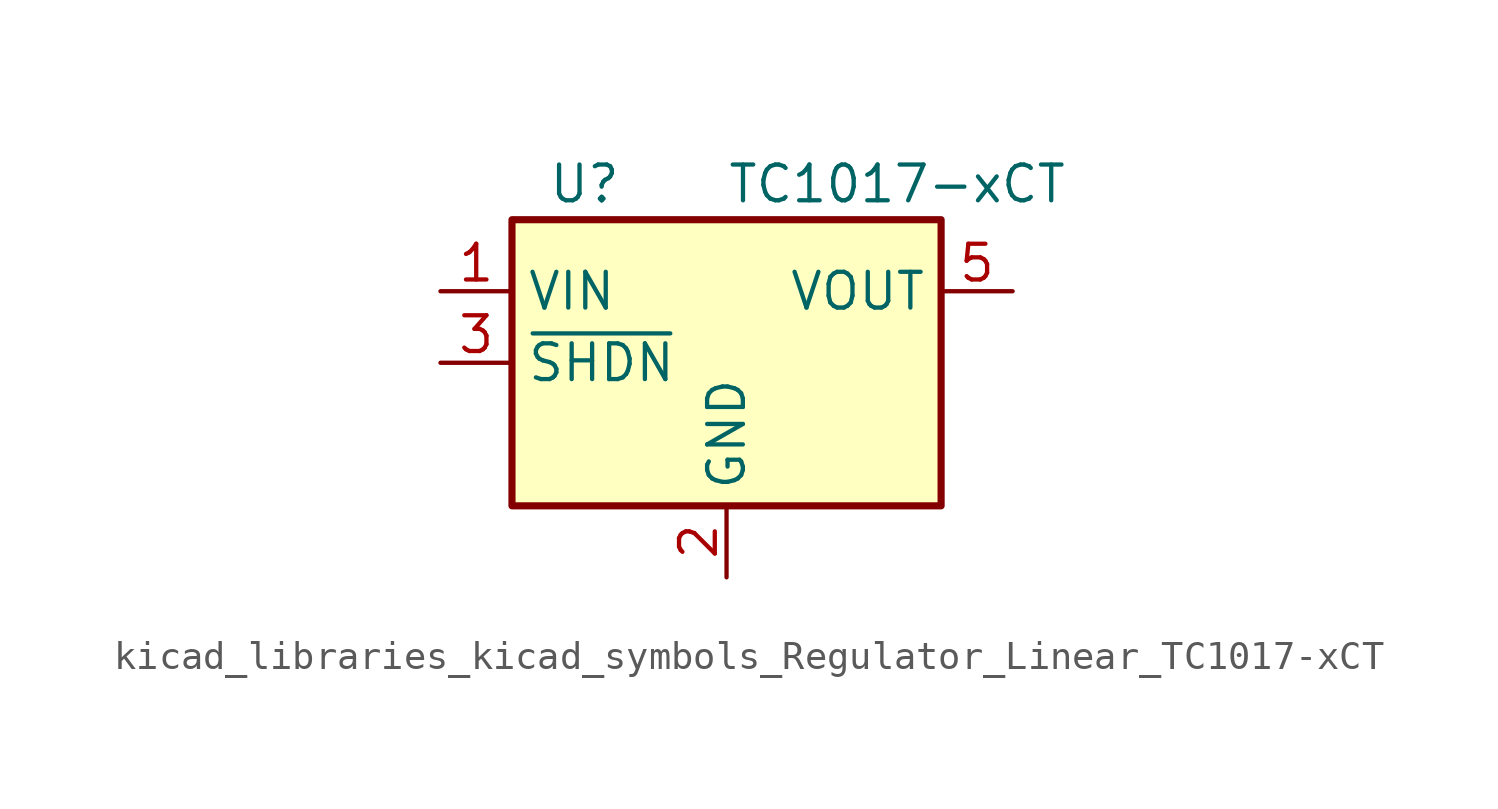
<source format=kicad_sym>
(kicad_symbol_lib
  (version 20220914)
  (generator kicad_symbol_editor)
  (symbol "kicad_libraries_kicad_symbols_Regulator_Linear_TC1017-xCT"
    (property "Reference" "U"
      (at -6.35 6.35 0)
      (effects (font (size 1.27 1.27)) (justify left)))
    (property "Value" "TC1017-xCT"
      (at 0 6.35 0)
      (effects (font (size 1.27 1.27)) (justify left)))
    (symbol "kicad_libraries_kicad_symbols_Regulator_Linear_TC1017-xCT_0_1"
      (rectangle (start -7.62 5.08) (end 7.62 -5.08) (stroke (width 0.254) (type default)) (fill (type background))))
    (symbol "kicad_libraries_kicad_symbols_Regulator_Linear_TC1017-xCT_1_1"
      (pin power_in line (at -10.16 2.54 0) (length 2.54) (name "VIN" (effects (font (size 1.27 1.27)))) (number "1" (effects (font (size 1.27 1.27)))))
      (pin power_in line (at 0 -7.62 90) (length 2.54) (name "GND" (effects (font (size 1.27 1.27)))) (number "2" (effects (font (size 1.27 1.27)))))
      (pin input line (at -10.16 0 0) (length 2.54) (name "~{SHDN}" (effects (font (size 1.27 1.27)))) (number "3" (effects (font (size 1.27 1.27)))))
      (pin no_connect line (at 7.62 0 180) (length 2.54) hide (name "NC" (effects (font (size 1.27 1.27)))) (number "4" (effects (font (size 1.27 1.27)))))
      (pin power_out line (at 10.16 2.54 180) (length 2.54) (name "VOUT" (effects (font (size 1.27 1.27)))) (number "5" (effects (font (size 1.27 1.27))))))))
</source>
